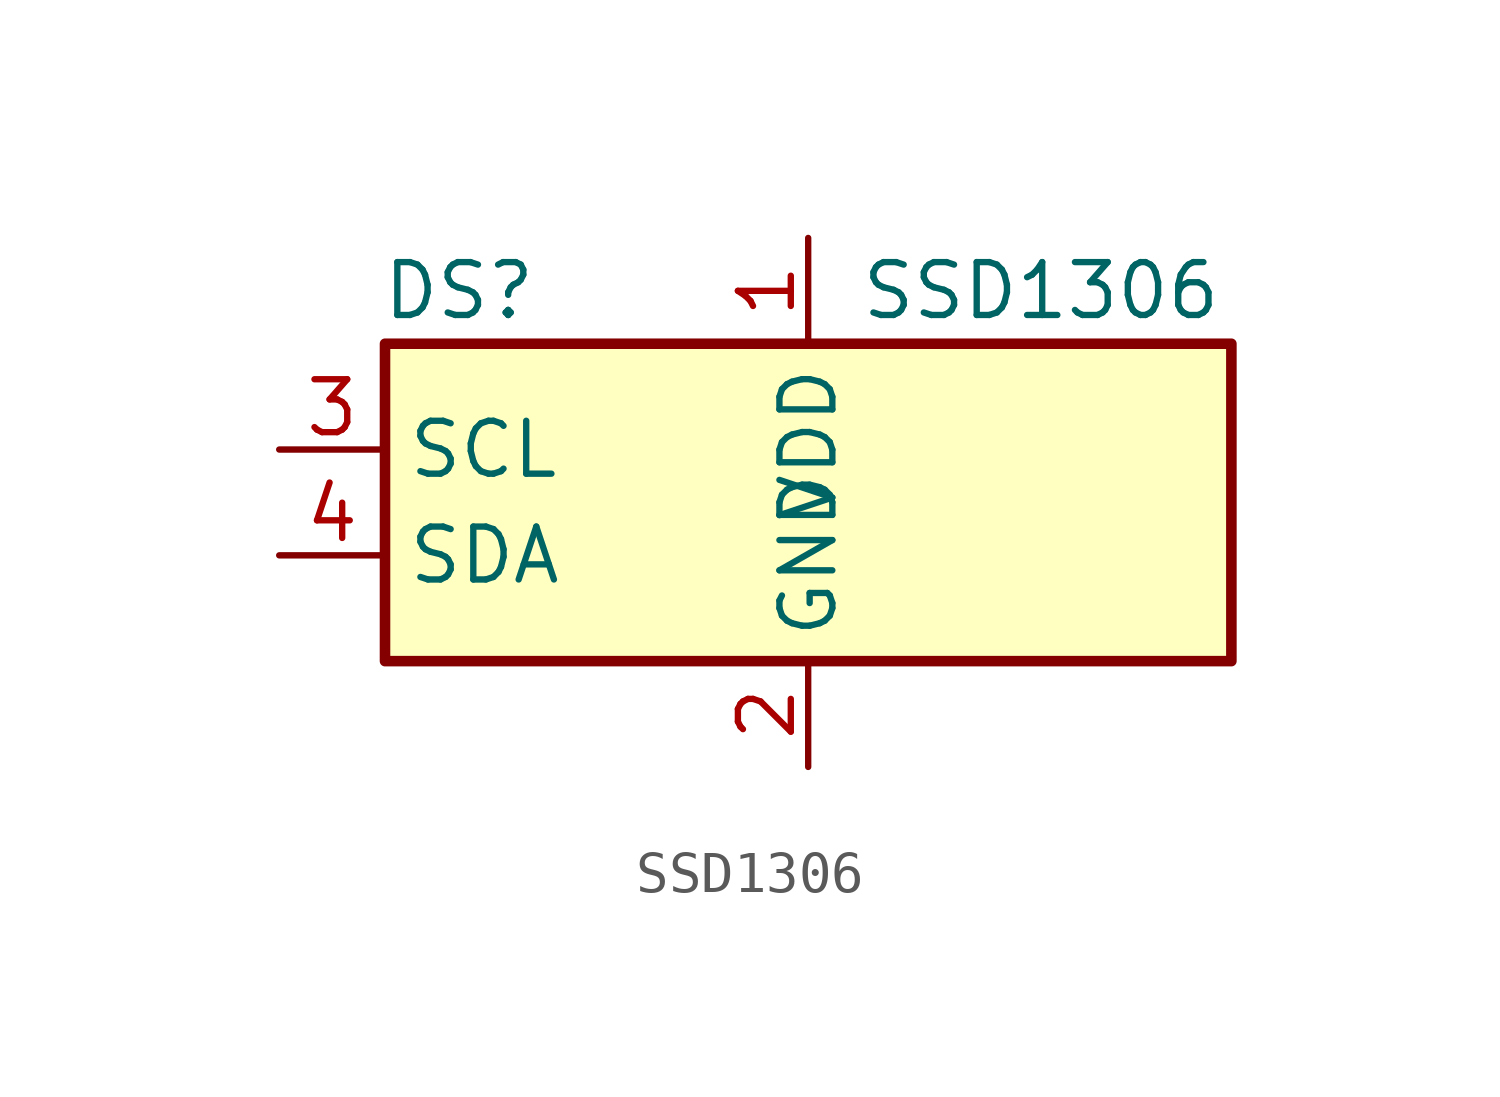
<source format=kicad_sym>
(kicad_symbol_lib
  (version 20241209)
  (generator "kicad_symbol_editor")
  (generator_version "9.0")
  (symbol "SSD1306"
    (property "Reference" "DS"
      (at 4.318 3.81 0)
      (effects (font (size 1.27 1.27))))
    (property "Value" "SSD1306"
      (at 18.288 3.81 0)
      (effects (font (size 1.27 1.27))))
    (symbol "SSD1306_0_1"
      (rectangle (start 2.54 2.54) (end 22.86 -5.08) (stroke (width 0.254) (type default)) (fill (type background))))
    (symbol "SSD1306_1_1"
      (pin input line (at 0 0 0) (length 2.54) (name "SCL" (effects (font (size 1.27 1.27)))) (number "3" (effects (font (size 1.27 1.27)))))
      (pin input line (at 0 -2.54 0) (length 2.54) (name "SDA" (effects (font (size 1.27 1.27)))) (number "4" (effects (font (size 1.27 1.27)))))
      (pin power_in line (at 12.7 5.08 270) (length 2.54) (name "VDD" (effects (font (size 1.27 1.27)))) (number "1" (effects (font (size 1.27 1.27)))))
      (pin power_in line (at 12.7 -7.62 90) (length 2.54) (name "GND" (effects (font (size 1.27 1.27)))) (number "2" (effects (font (size 1.27 1.27))))))))
</source>
